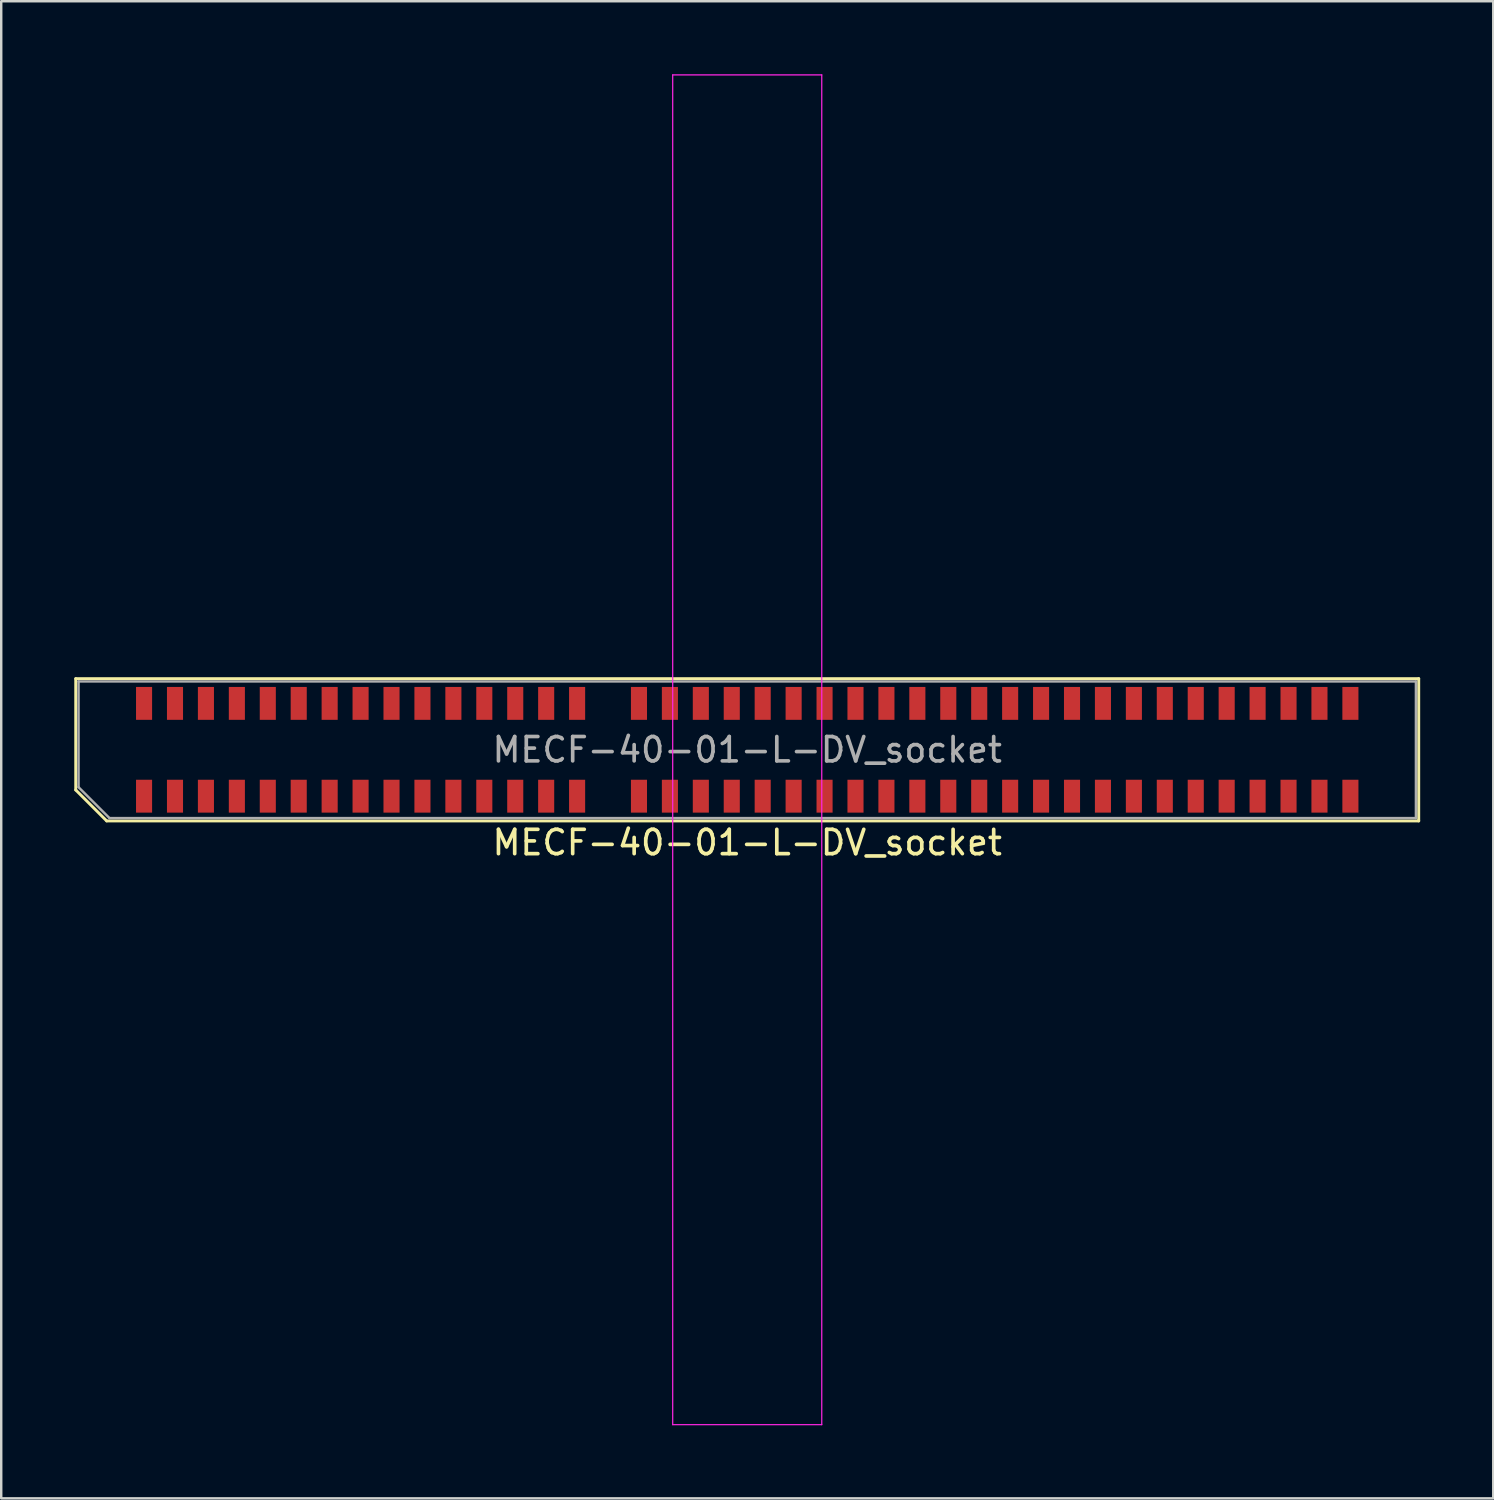
<source format=kicad_pcb>
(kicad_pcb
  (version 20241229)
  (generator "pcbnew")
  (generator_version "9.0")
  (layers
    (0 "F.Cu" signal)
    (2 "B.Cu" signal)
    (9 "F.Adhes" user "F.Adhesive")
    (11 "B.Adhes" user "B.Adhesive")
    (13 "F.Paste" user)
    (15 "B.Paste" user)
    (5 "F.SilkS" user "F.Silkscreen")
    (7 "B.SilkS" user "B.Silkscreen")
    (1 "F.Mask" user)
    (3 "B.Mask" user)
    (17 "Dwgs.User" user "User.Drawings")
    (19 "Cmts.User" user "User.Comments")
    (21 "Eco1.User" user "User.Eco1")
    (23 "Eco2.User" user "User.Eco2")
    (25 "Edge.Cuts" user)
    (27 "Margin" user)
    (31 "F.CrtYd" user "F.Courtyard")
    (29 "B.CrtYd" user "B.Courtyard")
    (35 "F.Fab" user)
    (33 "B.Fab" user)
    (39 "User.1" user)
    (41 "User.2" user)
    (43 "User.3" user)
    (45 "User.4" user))
  (footprint "MECF-40-01-L-DV_socket"
    (layer "F.Cu")
    (at 27.63 27.735)
    (property "Reference" "MECF-40-01-L-DV_socket" (at 0 3.81 0) (layer "F.SilkS") (effects (font (size 1 1) (thickness 0.15))))
    (attr smd)
    (fp_line (start -27.57 -2.92) (end 27.57 -2.92) (stroke (width 0.12) (type solid)) (layer "F.SilkS"))
    (fp_line (start -27.57 1.65) (end -27.57 -2.92) (stroke (width 0.12) (type solid)) (layer "F.SilkS"))
    (fp_line (start -26.3 2.92) (end -27.57 1.65) (stroke (width 0.12) (type solid)) (layer "F.SilkS"))
    (fp_line (start -26.3 2.92) (end 27.57 2.92) (stroke (width 0.12) (type solid)) (layer "F.SilkS"))
    (fp_line (start 27.57 2.92) (end 27.57 -2.92) (stroke (width 0.12) (type solid)) (layer "F.SilkS"))
    (fp_line (start -3.06 -27.71) (end -3.06 27.71) (stroke (width 0.05) (type solid)) (layer "F.CrtYd"))
    (fp_line (start -3.06 27.71) (end 3.06 27.71) (stroke (width 0.05) (type solid)) (layer "F.CrtYd"))
    (fp_line (start 3.06 -27.71) (end -3.06 -27.71) (stroke (width 0.05) (type solid)) (layer "F.CrtYd"))
    (fp_line (start 3.06 27.71) (end 3.06 -27.71) (stroke (width 0.05) (type solid)) (layer "F.CrtYd"))
    (fp_line (start -27.455 -2.805) (end 27.455 -2.805) (stroke (width 0.1) (type solid)) (layer "F.Fab"))
    (fp_line (start -27.455 1.535) (end -27.455 -2.805) (stroke (width 0.1) (type solid)) (layer "F.Fab"))
    (fp_line (start -27.455 1.535) (end -26.185 2.805) (stroke (width 0.1) (type solid)) (layer "F.Fab"))
    (fp_line (start -26.185 2.805) (end 27.455 2.805) (stroke (width 0.1) (type solid)) (layer "F.Fab"))
    (fp_line (start 27.455 2.805) (end 27.455 -2.805) (stroke (width 0.1) (type solid)) (layer "F.Fab"))
    (fp_text user "${REFERENCE}" (at 0 0 0) (layer "F.Fab") (effects (font (size 1 1) (thickness 0.15))))
    (pad "" np_thru_hole circle (at -26.545 0) (size 0.001 0.001) (drill 1.45) (layers "*.Cu" "*.Mask"))
    (pad "" np_thru_hole circle (at 26.545 1) (size 0.001 0.001) (drill 1.45) (layers "*.Cu" "*.Mask"))
    (pad "1" smd rect (at -24.765 1.905) (size 0.66 1.35) (layers "F.Cu" "F.Mask" "F.Paste"))
    (pad "2" smd rect (at -24.765 -1.905) (size 0.66 1.35) (layers "F.Cu" "F.Mask" "F.Paste"))
    (pad "3" smd rect (at -23.495 1.905) (size 0.66 1.35) (layers "F.Cu" "F.Mask" "F.Paste"))
    (pad "4" smd rect (at -23.495 -1.905) (size 0.66 1.35) (layers "F.Cu" "F.Mask" "F.Paste"))
    (pad "5" smd rect (at -22.225 1.905) (size 0.66 1.35) (layers "F.Cu" "F.Mask" "F.Paste"))
    (pad "6" smd rect (at -22.225 -1.905) (size 0.66 1.35) (layers "F.Cu" "F.Mask" "F.Paste"))
    (pad "7" smd rect (at -20.955 1.905) (size 0.66 1.35) (layers "F.Cu" "F.Mask" "F.Paste"))
    (pad "8" smd rect (at -20.955 -1.905) (size 0.66 1.35) (layers "F.Cu" "F.Mask" "F.Paste"))
    (pad "9" smd rect (at -19.685 1.905) (size 0.66 1.35) (layers "F.Cu" "F.Mask" "F.Paste"))
    (pad "10" smd rect (at -19.685 -1.905) (size 0.66 1.35) (layers "F.Cu" "F.Mask" "F.Paste"))
    (pad "11" smd rect (at -18.415 1.905) (size 0.66 1.35) (layers "F.Cu" "F.Mask" "F.Paste"))
    (pad "12" smd rect (at -18.415 -1.905) (size 0.66 1.35) (layers "F.Cu" "F.Mask" "F.Paste"))
    (pad "13" smd rect (at -17.145 1.905) (size 0.66 1.35) (layers "F.Cu" "F.Mask" "F.Paste"))
    (pad "14" smd rect (at -17.145 -1.905) (size 0.66 1.35) (layers "F.Cu" "F.Mask" "F.Paste"))
    (pad "15" smd rect (at -15.875 1.905) (size 0.66 1.35) (layers "F.Cu" "F.Mask" "F.Paste"))
    (pad "16" smd rect (at -15.875 -1.905) (size 0.66 1.35) (layers "F.Cu" "F.Mask" "F.Paste"))
    (pad "17" smd rect (at -14.605 1.905) (size 0.66 1.35) (layers "F.Cu" "F.Mask" "F.Paste"))
    (pad "18" smd rect (at -14.605 -1.905) (size 0.66 1.35) (layers "F.Cu" "F.Mask" "F.Paste"))
    (pad "19" smd rect (at -13.335 1.905) (size 0.66 1.35) (layers "F.Cu" "F.Mask" "F.Paste"))
    (pad "20" smd rect (at -13.335 -1.905) (size 0.66 1.35) (layers "F.Cu" "F.Mask" "F.Paste"))
    (pad "21" smd rect (at -12.065 1.905) (size 0.66 1.35) (layers "F.Cu" "F.Mask" "F.Paste"))
    (pad "22" smd rect (at -12.065 -1.905) (size 0.66 1.35) (layers "F.Cu" "F.Mask" "F.Paste"))
    (pad "23" smd rect (at -10.795 1.905) (size 0.66 1.35) (layers "F.Cu" "F.Mask" "F.Paste"))
    (pad "24" smd rect (at -10.795 -1.905) (size 0.66 1.35) (layers "F.Cu" "F.Mask" "F.Paste"))
    (pad "25" smd rect (at -9.525 1.905) (size 0.66 1.35) (layers "F.Cu" "F.Mask" "F.Paste"))
    (pad "26" smd rect (at -9.525 -1.905) (size 0.66 1.35) (layers "F.Cu" "F.Mask" "F.Paste"))
    (pad "27" smd rect (at -8.255 1.905) (size 0.66 1.35) (layers "F.Cu" "F.Mask" "F.Paste"))
    (pad "28" smd rect (at -8.255 -1.905) (size 0.66 1.35) (layers "F.Cu" "F.Mask" "F.Paste"))
    (pad "29" smd rect (at -6.985 1.905) (size 0.66 1.35) (layers "F.Cu" "F.Mask" "F.Paste"))
    (pad "30" smd rect (at -6.985 -1.905) (size 0.66 1.35) (layers "F.Cu" "F.Mask" "F.Paste"))
    (pad "33" smd rect (at -4.445 1.905) (size 0.66 1.35) (layers "F.Cu" "F.Mask" "F.Paste"))
    (pad "34" smd rect (at -4.445 -1.905) (size 0.66 1.35) (layers "F.Cu" "F.Mask" "F.Paste"))
    (pad "35" smd rect (at -3.175 1.905) (size 0.66 1.35) (layers "F.Cu" "F.Mask" "F.Paste"))
    (pad "36" smd rect (at -3.175 -1.905) (size 0.66 1.35) (layers "F.Cu" "F.Mask" "F.Paste"))
    (pad "37" smd rect (at -1.905 1.905) (size 0.66 1.35) (layers "F.Cu" "F.Mask" "F.Paste"))
    (pad "38" smd rect (at -1.905 -1.905) (size 0.66 1.35) (layers "F.Cu" "F.Mask" "F.Paste"))
    (pad "39" smd rect (at -0.635 1.905) (size 0.66 1.35) (layers "F.Cu" "F.Mask" "F.Paste"))
    (pad "40" smd rect (at -0.635 -1.905) (size 0.66 1.35) (layers "F.Cu" "F.Mask" "F.Paste"))
    (pad "41" smd rect (at 0.635 1.905) (size 0.66 1.35) (layers "F.Cu" "F.Mask" "F.Paste"))
    (pad "42" smd rect (at 0.635 -1.905) (size 0.66 1.35) (layers "F.Cu" "F.Mask" "F.Paste"))
    (pad "43" smd rect (at 1.905 1.905) (size 0.66 1.35) (layers "F.Cu" "F.Mask" "F.Paste"))
    (pad "44" smd rect (at 1.905 -1.905) (size 0.66 1.35) (layers "F.Cu" "F.Mask" "F.Paste"))
    (pad "45" smd rect (at 3.175 1.905) (size 0.66 1.35) (layers "F.Cu" "F.Mask" "F.Paste"))
    (pad "46" smd rect (at 3.175 -1.905) (size 0.66 1.35) (layers "F.Cu" "F.Mask" "F.Paste"))
    (pad "47" smd rect (at 4.445 1.905) (size 0.66 1.35) (layers "F.Cu" "F.Mask" "F.Paste"))
    (pad "48" smd rect (at 4.445 -1.905) (size 0.66 1.35) (layers "F.Cu" "F.Mask" "F.Paste"))
    (pad "49" smd rect (at 5.715 1.905) (size 0.66 1.35) (layers "F.Cu" "F.Mask" "F.Paste"))
    (pad "50" smd rect (at 5.715 -1.905) (size 0.66 1.35) (layers "F.Cu" "F.Mask" "F.Paste"))
    (pad "51" smd rect (at 6.985 1.905) (size 0.66 1.35) (layers "F.Cu" "F.Mask" "F.Paste"))
    (pad "52" smd rect (at 6.985 -1.905) (size 0.66 1.35) (layers "F.Cu" "F.Mask" "F.Paste"))
    (pad "53" smd rect (at 8.255 1.905) (size 0.66 1.35) (layers "F.Cu" "F.Mask" "F.Paste"))
    (pad "54" smd rect (at 8.255 -1.905) (size 0.66 1.35) (layers "F.Cu" "F.Mask" "F.Paste"))
    (pad "55" smd rect (at 9.525 1.905) (size 0.66 1.35) (layers "F.Cu" "F.Mask" "F.Paste"))
    (pad "56" smd rect (at 9.525 -1.905) (size 0.66 1.35) (layers "F.Cu" "F.Mask" "F.Paste"))
    (pad "57" smd rect (at 10.795 1.905) (size 0.66 1.35) (layers "F.Cu" "F.Mask" "F.Paste"))
    (pad "58" smd rect (at 10.795 -1.905) (size 0.66 1.35) (layers "F.Cu" "F.Mask" "F.Paste"))
    (pad "59" smd rect (at 12.065 1.905) (size 0.66 1.35) (layers "F.Cu" "F.Mask" "F.Paste"))
    (pad "60" smd rect (at 12.065 -1.905) (size 0.66 1.35) (layers "F.Cu" "F.Mask" "F.Paste"))
    (pad "61" smd rect (at 13.335 1.905) (size 0.66 1.35) (layers "F.Cu" "F.Mask" "F.Paste"))
    (pad "62" smd rect (at 13.335 -1.905) (size 0.66 1.35) (layers "F.Cu" "F.Mask" "F.Paste"))
    (pad "63" smd rect (at 14.605 1.905) (size 0.66 1.35) (layers "F.Cu" "F.Mask" "F.Paste"))
    (pad "64" smd rect (at 14.605 -1.905) (size 0.66 1.35) (layers "F.Cu" "F.Mask" "F.Paste"))
    (pad "65" smd rect (at 15.875 1.905) (size 0.66 1.35) (layers "F.Cu" "F.Mask" "F.Paste"))
    (pad "66" smd rect (at 15.875 -1.905) (size 0.66 1.35) (layers "F.Cu" "F.Mask" "F.Paste"))
    (pad "67" smd rect (at 17.145 1.905) (size 0.66 1.35) (layers "F.Cu" "F.Mask" "F.Paste"))
    (pad "68" smd rect (at 17.145 -1.905) (size 0.66 1.35) (layers "F.Cu" "F.Mask" "F.Paste"))
    (pad "69" smd rect (at 18.415 1.905) (size 0.66 1.35) (layers "F.Cu" "F.Mask" "F.Paste"))
    (pad "70" smd rect (at 18.415 -1.905) (size 0.66 1.35) (layers "F.Cu" "F.Mask" "F.Paste"))
    (pad "71" smd rect (at 19.685 1.905) (size 0.66 1.35) (layers "F.Cu" "F.Mask" "F.Paste"))
    (pad "72" smd rect (at 19.685 -1.905) (size 0.66 1.35) (layers "F.Cu" "F.Mask" "F.Paste"))
    (pad "73" smd rect (at 20.955 1.905) (size 0.66 1.35) (layers "F.Cu" "F.Mask" "F.Paste"))
    (pad "74" smd rect (at 20.955 -1.905) (size 0.66 1.35) (layers "F.Cu" "F.Mask" "F.Paste"))
    (pad "75" smd rect (at 22.225 1.905) (size 0.66 1.35) (layers "F.Cu" "F.Mask" "F.Paste"))
    (pad "76" smd rect (at 22.225 -1.905) (size 0.66 1.35) (layers "F.Cu" "F.Mask" "F.Paste"))
    (pad "77" smd rect (at 23.495 1.905) (size 0.66 1.35) (layers "F.Cu" "F.Mask" "F.Paste"))
    (pad "78" smd rect (at 23.495 -1.905) (size 0.66 1.35) (layers "F.Cu" "F.Mask" "F.Paste"))
    (pad "79" smd rect (at 24.765 1.905) (size 0.66 1.35) (layers "F.Cu" "F.Mask" "F.Paste"))
    (pad "80" smd rect (at 24.765 -1.905) (size 0.66 1.35) (layers "F.Cu" "F.Mask" "F.Paste")))
  (gr_rect
    (start -3 -3)
    (end 58.26 58.47)
    (stroke (width 0.1) (type default))
    (fill no)
    (layer "Edge.Cuts")))
</source>
